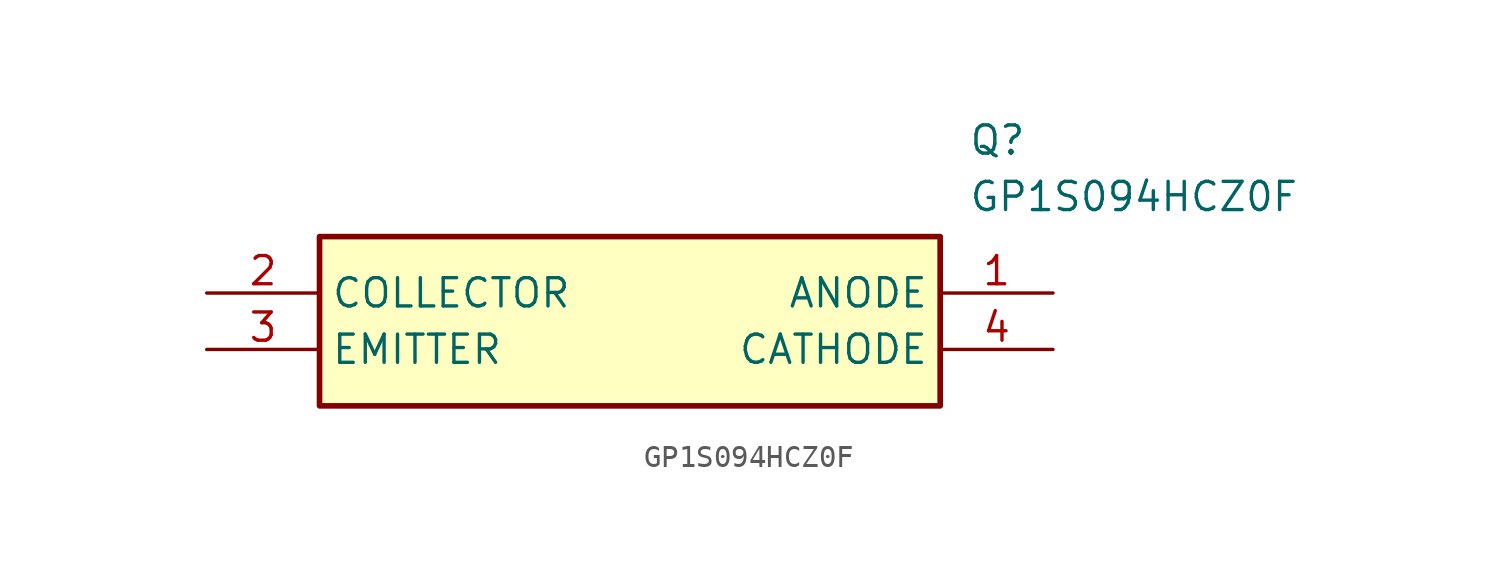
<source format=kicad_sym>
(kicad_symbol_lib
  (version 20211014)
  (generator SamacSys_ECAD_Model)
  (symbol "GP1S094HCZ0F"
    (property "Reference" "Q"
      (at 34.29 7.62 0)
      (effects (font (size 1.27 1.27)) (justify left top)))
    (property "Value" "GP1S094HCZ0F"
      (at 34.29 5.08 0)
      (effects (font (size 1.27 1.27)) (justify left top)))
    (rectangle
      (start 5.08 2.54)
      (end 33.02 -5.08)
      (stroke (width 0.254) (type default))
      (fill (type background)))
    (pin passive line
      (at 38.1 0 180)
      (length 5.08)
      (name "ANODE" (effects (font (size 1.27 1.27))))
      (number "1" (effects (font (size 1.27 1.27)))))
    (pin passive line
      (at 0 0 0)
      (length 5.08)
      (name "COLLECTOR" (effects (font (size 1.27 1.27))))
      (number "2" (effects (font (size 1.27 1.27)))))
    (pin passive line
      (at 0 -2.54 0)
      (length 5.08)
      (name "EMITTER" (effects (font (size 1.27 1.27))))
      (number "3" (effects (font (size 1.27 1.27)))))
    (pin passive line
      (at 38.1 -2.54 180)
      (length 5.08)
      (name "CATHODE" (effects (font (size 1.27 1.27))))
      (number "4" (effects (font (size 1.27 1.27)))))))
</source>
